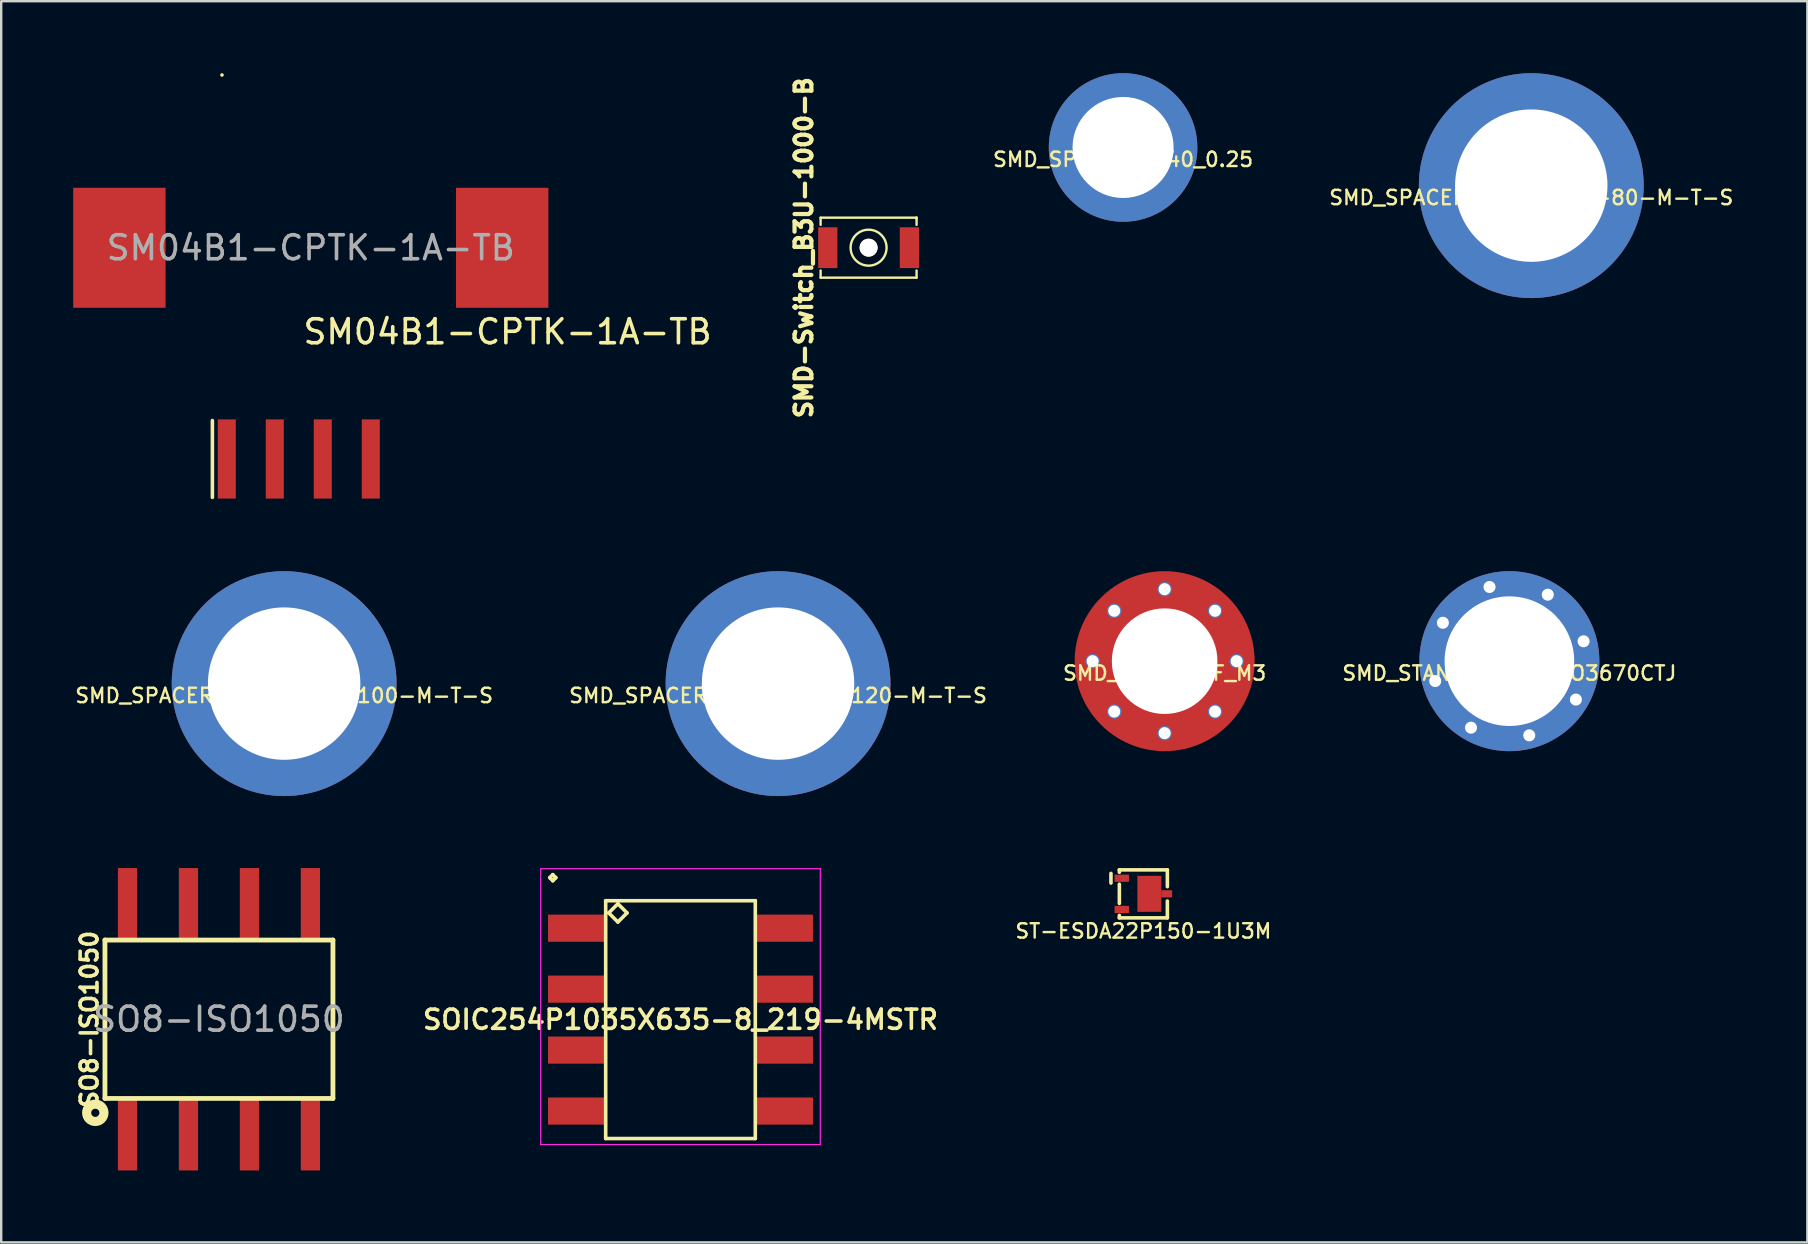
<source format=kicad_pcb>
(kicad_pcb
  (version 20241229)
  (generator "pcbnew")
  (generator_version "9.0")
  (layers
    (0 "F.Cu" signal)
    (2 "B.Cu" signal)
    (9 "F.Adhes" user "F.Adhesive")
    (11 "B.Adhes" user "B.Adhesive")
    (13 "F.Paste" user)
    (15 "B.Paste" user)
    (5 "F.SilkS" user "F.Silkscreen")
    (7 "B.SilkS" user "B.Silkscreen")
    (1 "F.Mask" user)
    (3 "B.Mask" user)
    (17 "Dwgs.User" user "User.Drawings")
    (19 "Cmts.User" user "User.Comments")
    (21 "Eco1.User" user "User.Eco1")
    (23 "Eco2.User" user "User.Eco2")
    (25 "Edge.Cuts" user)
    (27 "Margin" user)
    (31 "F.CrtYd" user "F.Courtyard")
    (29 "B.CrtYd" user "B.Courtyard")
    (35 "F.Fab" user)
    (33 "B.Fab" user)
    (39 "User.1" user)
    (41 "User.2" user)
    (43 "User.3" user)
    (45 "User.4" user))
  (footprint "SMD_STANDOFF_M3"
    (layer "F.Cu")
    (at 45.479 24.5)
    (property "Reference" "SMD_STANDOFF_M3" (at 0 0.5 0) (layer "F.SilkS") (effects (font (size 0.6 0.6) (thickness 0.1))))
    (attr through_hole)
    (fp_circle (center 0 0) (end 0 -3) (stroke (width 1.4) (type solid)) (fill no) (layer "F.Mask"))
    (fp_arc (start -3 0) (mid -2.809907 -1.155662) (end -2.192031 -2.15061) (stroke (width 1.5) (type solid)) (layer "F.Paste"))
    (fp_arc (start 0 -3) (mid 1.186319 -2.764027) (end 2.192031 -2.092031) (stroke (width 1.5) (type solid)) (layer "F.Paste"))
    (fp_arc (start 0 3) (mid -1.14805 2.771639) (end -2.12132 2.12132) (stroke (width 1.5) (type solid)) (layer "F.Paste"))
    (fp_arc (start 3 0) (mid 2.771639 1.14805) (end 2.12132 2.12132) (stroke (width 1.5) (type solid)) (layer "F.Paste"))
    (pad "" np_thru_hole circle (at 0 0) (size 7.5 7.5) (drill 4.4) (layers "F.Cu"))
    (pad "1" thru_hole circle (at -3 0) (size 0.6 0.6) (drill 0.5) (layers "*.Cu"))
    (pad "1" thru_hole circle (at -2.1 -2.1) (size 0.6 0.6) (drill 0.5) (layers "*.Cu"))
    (pad "1" thru_hole circle (at -2.1 2.1) (size 0.6 0.6) (drill 0.5) (layers "*.Cu"))
    (pad "1" thru_hole circle (at 0 -3) (size 0.6 0.6) (drill 0.5) (layers "*.Cu"))
    (pad "1" thru_hole circle (at 0 3) (size 0.6 0.6) (drill 0.5) (layers "*.Cu"))
    (pad "1" thru_hole circle (at 2.1 -2.1) (size 0.6 0.6) (drill 0.5) (layers "*.Cu"))
    (pad "1" thru_hole circle (at 2.1 2.1) (size 0.6 0.6) (drill 0.5) (layers "*.Cu"))
    (pad "1" thru_hole circle (at 3 0) (size 0.6 0.6) (drill 0.5) (layers "*.Cu")))
  (footprint "SMD_SPACER_SMTSO-42-100-M-T-S"
    (layer "F.Cu")
    (at 8.79 25.435)
    (property "Reference" "SMD_SPACER_SMTSO-42-100-M-T-S" (at 0 0.5 0) (layer "F.SilkS") (effects (font (size 0.6 0.6) (thickness 0.1))))
    (attr smd)
    (fp_circle (center -2.402 -0.995) (end -2.196 -0.909) (stroke (width 0.5) (type solid)) (fill no) (layer "F.Paste"))
    (fp_circle (center -2.402 0.995) (end -2.196 1.081) (stroke (width 0.5) (type solid)) (fill no) (layer "F.Paste"))
    (fp_circle (center -0.995 -2.402) (end -0.788 -2.317) (stroke (width 0.5) (type solid)) (fill no) (layer "F.Paste"))
    (fp_circle (center -0.995 2.402) (end -0.788 2.488) (stroke (width 0.5) (type solid)) (fill no) (layer "F.Paste"))
    (fp_circle (center 0.995 -2.402) (end 1.202 -2.317) (stroke (width 0.5) (type solid)) (fill no) (layer "F.Paste"))
    (fp_circle (center 0.995 2.402) (end 1.202 2.488) (stroke (width 0.5) (type solid)) (fill no) (layer "F.Paste"))
    (fp_circle (center 2.402 -0.995) (end 2.609 -0.909) (stroke (width 0.5) (type solid)) (fill no) (layer "F.Paste"))
    (fp_circle (center 2.402 0.995) (end 2.609 1.081) (stroke (width 0.5) (type solid)) (fill no) (layer "F.Paste"))
    (pad "1" thru_hole circle (at 0 0) (size 9.37 9.37) (drill 6.35) (layers "*.Cu" "*.Mask")))
  (footprint "SMD_SPACER_SMTSO-42-80-M-T-S"
    (layer "F.Cu")
    (at 60.756 4.685)
    (property "Reference" "SMD_SPACER_SMTSO-42-80-M-T-S" (at 0 0.5 0) (layer "F.SilkS") (effects (font (size 0.6 0.6) (thickness 0.1))))
    (attr smd)
    (fp_circle (center -2.402 -0.995) (end -2.196 -0.909) (stroke (width 0.5) (type solid)) (fill no) (layer "F.Paste"))
    (fp_circle (center -2.402 0.995) (end -2.196 1.081) (stroke (width 0.5) (type solid)) (fill no) (layer "F.Paste"))
    (fp_circle (center -0.995 -2.402) (end -0.788 -2.317) (stroke (width 0.5) (type solid)) (fill no) (layer "F.Paste"))
    (fp_circle (center -0.995 2.402) (end -0.788 2.488) (stroke (width 0.5) (type solid)) (fill no) (layer "F.Paste"))
    (fp_circle (center 0.995 -2.402) (end 1.202 -2.317) (stroke (width 0.5) (type solid)) (fill no) (layer "F.Paste"))
    (fp_circle (center 0.995 2.402) (end 1.202 2.488) (stroke (width 0.5) (type solid)) (fill no) (layer "F.Paste"))
    (fp_circle (center 2.402 -0.995) (end 2.609 -0.909) (stroke (width 0.5) (type solid)) (fill no) (layer "F.Paste"))
    (fp_circle (center 2.402 0.995) (end 2.609 1.081) (stroke (width 0.5) (type solid)) (fill no) (layer "F.Paste"))
    (pad "1" thru_hole circle (at 0 0) (size 9.37 9.37) (drill 6.35) (layers "*.Cu" "*.Mask")))
  (footprint "SM04B1-CPTK-1A-TB"
    (layer "F.Cu")
    (at 9.9 7.275)
    (property "Reference" "SM04B1-CPTK-1A-TB" (at 8.2 3.5 0) (layer "F.SilkS") (effects (font (size 1 1) (thickness 0.15))))
    (attr through_hole)
    (fp_line (start -4.1 7.2) (end -4.1 10.4) (stroke (width 0.15) (type solid)) (layer "F.SilkS"))
    (fp_line (start -3.7 -7.2) (end -3.7 -7.2) (stroke (width 0.15) (type solid)) (layer "F.SilkS"))
    (fp_text user "${REFERENCE}" (at 0 0 0) (layer "F.Fab") (effects (font (size 1 1) (thickness 0.15))))
    (pad "" smd rect (at -7.975 0) (size 3.85 5) (layers "F.Cu" "F.Mask" "F.Paste"))
    (pad "" smd rect (at 7.975 0) (size 3.85 5) (layers "F.Cu" "F.Mask" "F.Paste"))
    (pad "1" smd rect (at -3.5 8.8) (size 0.75 3.3) (layers "F.Cu" "F.Mask" "F.Paste"))
    (pad "2" smd rect (at -1.5 8.8) (size 0.75 3.3) (layers "F.Cu" "F.Mask" "F.Paste"))
    (pad "3" smd rect (at 0.5 8.8) (size 0.75 3.3) (layers "F.Cu" "F.Mask" "F.Paste"))
    (pad "4" smd rect (at 2.5 8.8) (size 0.75 3.3) (layers "F.Cu" "F.Mask" "F.Paste")))
  (footprint "ST-ESDA22P150-1U3M"
    (layer "F.Cu")
    (at 44.592 34.195)
    (property "Reference" "ST-ESDA22P150-1U3M" (at 0 1.55 0) (layer "F.SilkS") (effects (font (size 0.6 0.6) (thickness 0.1))))
    (attr smd)
    (fp_line (start -1.35 -0.45) (end -1.35 -0.85) (stroke (width 0.15) (type solid)) (layer "F.SilkS"))
    (fp_line (start -1 -1) (end -1 -0.9) (stroke (width 0.15) (type solid)) (layer "F.SilkS"))
    (fp_line (start -1 -1) (end 1 -1) (stroke (width 0.15) (type solid)) (layer "F.SilkS"))
    (fp_line (start -1 0.4) (end -1 -0.4) (stroke (width 0.15) (type solid)) (layer "F.SilkS"))
    (fp_line (start -1 1) (end -1 0.9) (stroke (width 0.15) (type solid)) (layer "F.SilkS"))
    (fp_line (start -1 1) (end 1 1) (stroke (width 0.15) (type solid)) (layer "F.SilkS"))
    (fp_line (start 1 -1) (end 1 -0.3) (stroke (width 0.15) (type solid)) (layer "F.SilkS"))
    (fp_line (start 1 1) (end 1 0.3) (stroke (width 0.15) (type solid)) (layer "F.SilkS"))
    (pad "1" smd rect (at 0.25 0) (size 1 1.5) (layers "F.Cu" "F.Mask" "F.Paste"))
    (pad "1" smd rect (at 0.975 0) (size 0.45 0.3) (layers "F.Cu" "F.Mask" "F.Paste"))
    (pad "2" smd rect (at -0.9 -0.65) (size 0.6 0.3) (layers "F.Cu" "F.Mask" "F.Paste"))
    (pad "2" smd rect (at -0.9 0.65) (size 0.6 0.3) (layers "F.Cu" "F.Mask" "F.Paste")))
  (footprint "SMD_SPACER_4_40_0.25"
    (layer "F.Cu")
    (at 43.747 3.095)
    (property "Reference" "SMD_SPACER_4_40_0.25" (at 0 0.5 0) (layer "F.SilkS") (effects (font (size 0.6 0.6) (thickness 0.1))))
    (attr smd)
    (fp_circle (center -2.402 -0.995) (end -2.196 -0.909) (stroke (width 0.5) (type solid)) (fill no) (layer "F.Paste"))
    (fp_circle (center -2.402 0.995) (end -2.196 1.081) (stroke (width 0.5) (type solid)) (fill no) (layer "F.Paste"))
    (fp_circle (center -0.995 -2.402) (end -0.788 -2.317) (stroke (width 0.5) (type solid)) (fill no) (layer "F.Paste"))
    (fp_circle (center -0.995 2.402) (end -0.788 2.488) (stroke (width 0.5) (type solid)) (fill no) (layer "F.Paste"))
    (fp_circle (center 0.995 -2.402) (end 1.202 -2.317) (stroke (width 0.5) (type solid)) (fill no) (layer "F.Paste"))
    (fp_circle (center 0.995 2.402) (end 1.202 2.488) (stroke (width 0.5) (type solid)) (fill no) (layer "F.Paste"))
    (fp_circle (center 2.402 -0.995) (end 2.609 -0.909) (stroke (width 0.5) (type solid)) (fill no) (layer "F.Paste"))
    (fp_circle (center 2.402 0.995) (end 2.609 1.081) (stroke (width 0.5) (type solid)) (fill no) (layer "F.Paste"))
    (pad "" thru_hole circle (at 0 0) (size 6.19 6.19) (drill 4.21) (layers "*.Cu" "*.Mask")))
  (footprint "SMD-Switch_B3U-1000-B"
    (layer "F.Cu")
    (at 33.143 7.27)
    (property "Reference" "SMD-Switch_B3U-1000-B" (at -2.7 0 90) (layer "F.SilkS") (effects (font (size 0.701 0.701) (thickness 0.175))))
    (attr through_hole)
    (fp_line (start -1.999 -1.25) (end -1.999 -0.95) (stroke (width 0.099) (type solid)) (layer "F.SilkS"))
    (fp_line (start -1.999 -1.25) (end 1.999 -1.25) (stroke (width 0.099) (type solid)) (layer "F.SilkS"))
    (fp_line (start -1.999 1.25) (end -1.999 0.95) (stroke (width 0.099) (type solid)) (layer "F.SilkS"))
    (fp_line (start -1.999 1.25) (end 1.999 1.25) (stroke (width 0.099) (type solid)) (layer "F.SilkS"))
    (fp_line (start 1.999 -1.25) (end 1.999 -0.95) (stroke (width 0.099) (type solid)) (layer "F.SilkS"))
    (fp_line (start 1.999 -1.199) (end 1.999 -1.25) (stroke (width 0.099) (type solid)) (layer "F.SilkS"))
    (fp_line (start 1.999 1.25) (end 1.999 0.95) (stroke (width 0.099) (type solid)) (layer "F.SilkS"))
    (fp_circle (center 0 0) (end 0.749 0) (stroke (width 0.099) (type solid)) (fill no) (layer "F.SilkS"))
    (pad "" np_thru_hole circle (at 0 0) (size 0.749 0.749) (drill 0.749) (layers "*.Cu" "*.Mask" "F.SilkS"))
    (pad "1" smd rect (at -1.7 0) (size 0.8 1.7) (layers "F.Cu" "F.Mask" "F.Paste"))
    (pad "2" smd rect (at 1.7 0) (size 0.8 1.7) (layers "F.Cu" "F.Mask" "F.Paste")))
  (footprint "SOIC254P1035X635-8_219-4MSTR"
    (layer "F.Cu")
    (at 25.305 39.436)
    (property "Reference" "SOIC254P1035X635-8_219-4MSTR" (at 0 0 0) (layer "F.SilkS") (effects (font (size 0.8 0.8) (thickness 0.15))))
    (attr smd)
    (fp_line (start -5.448 -5.914) (end -5.321 -6.041) (stroke (width 0.15) (type solid)) (layer "F.SilkS"))
    (fp_line (start -5.321 -6.041) (end -5.194 -5.914) (stroke (width 0.15) (type solid)) (layer "F.SilkS"))
    (fp_line (start -5.321 -5.787) (end -5.448 -5.914) (stroke (width 0.15) (type solid)) (layer "F.SilkS"))
    (fp_line (start -5.194 -5.914) (end -5.321 -5.787) (stroke (width 0.15) (type solid)) (layer "F.SilkS"))
    (fp_line (start -3.117 -4.955) (end -3.117 4.955) (stroke (width 0.15) (type solid)) (layer "F.SilkS"))
    (fp_line (start -3.117 4.955) (end 3.117 4.955) (stroke (width 0.15) (type solid)) (layer "F.SilkS"))
    (fp_line (start -2.99 -4.447) (end -2.609 -4.828) (stroke (width 0.15) (type solid)) (layer "F.SilkS"))
    (fp_line (start -2.609 -4.828) (end -2.228 -4.447) (stroke (width 0.15) (type solid)) (layer "F.SilkS"))
    (fp_line (start -2.609 -4.066) (end -2.99 -4.447) (stroke (width 0.15) (type solid)) (layer "F.SilkS"))
    (fp_line (start -2.228 -4.447) (end -2.609 -4.066) (stroke (width 0.15) (type solid)) (layer "F.SilkS"))
    (fp_line (start 3.117 -4.955) (end -3.117 -4.955) (stroke (width 0.15) (type solid)) (layer "F.SilkS"))
    (fp_line (start 3.117 4.955) (end 3.117 -4.955) (stroke (width 0.15) (type solid)) (layer "F.SilkS"))
    (fp_line (start -5.825 -6.291) (end 5.825 -6.291) (stroke (width 0.05) (type solid)) (layer "F.CrtYd"))
    (fp_line (start -5.825 5.205) (end -5.825 -6.291) (stroke (width 0.05) (type solid)) (layer "F.CrtYd"))
    (fp_line (start 5.825 -6.291) (end 5.825 5.205) (stroke (width 0.05) (type solid)) (layer "F.CrtYd"))
    (fp_line (start 5.825 5.205) (end -5.825 5.205) (stroke (width 0.05) (type solid)) (layer "F.CrtYd"))
    (pad "1" smd rect (at -4.3 -3.81) (size 2.44 1.13) (layers "F.Cu" "F.Mask" "F.Paste"))
    (pad "2" smd rect (at -4.3 -1.27) (size 2.44 1.13) (layers "F.Cu" "F.Mask" "F.Paste"))
    (pad "3" smd rect (at -4.3 1.27) (size 2.44 1.13) (layers "F.Cu" "F.Mask" "F.Paste"))
    (pad "4" smd rect (at -4.3 3.81) (size 2.44 1.13) (layers "F.Cu" "F.Mask" "F.Paste"))
    (pad "5" smd rect (at 4.3 3.81) (size 2.44 1.13) (layers "F.Cu" "F.Mask" "F.Paste"))
    (pad "6" smd rect (at 4.3 1.27) (size 2.44 1.13) (layers "F.Cu" "F.Mask" "F.Paste"))
    (pad "7" smd rect (at 4.3 -1.27) (size 2.44 1.13) (layers "F.Cu" "F.Mask" "F.Paste"))
    (pad "8" smd rect (at 4.3 -3.81) (size 2.44 1.13) (layers "F.Cu" "F.Mask" "F.Paste")))
  (footprint "SMD_STANDOFF_SMTSO3670CTJ"
    (layer "F.Cu")
    (at 59.844 24.5)
    (property "Reference" "SMD_STANDOFF_SMTSO3670CTJ" (at 0 0.5 0) (layer "F.SilkS") (effects (font (size 0.6 0.6) (thickness 0.1))))
    (attr through_hole)
    (fp_arc (start -3.25 0) (mid -2.814583 -1.625) (end -1.625 -2.814583) (stroke (width 1) (type solid)) (layer "F.Paste"))
    (fp_arc (start 0 -3.25) (mid 1.625 -2.814583) (end 2.814583 -1.625) (stroke (width 1) (type solid)) (layer "F.Paste"))
    (fp_arc (start 0 3.25) (mid -1.625 2.814583) (end -2.814583 1.625) (stroke (width 1) (type solid)) (layer "F.Paste"))
    (fp_arc (start 3.25 0) (mid 2.814583 1.625) (end 1.625 2.814583) (stroke (width 1) (type solid)) (layer "F.Paste"))
    (pad "" thru_hole circle (at 0 0) (size 7.5 7.5) (drill 5.4) (layers "*.Cu" "*.Mask"))
    (pad "1" thru_hole circle (at -3.091 0.828 15) (size 0.6 0.6) (drill 0.5) (layers "*.Cu"))
    (pad "1" thru_hole circle (at -2.771 -1.6 330) (size 0.6 0.6) (drill 0.5) (layers "*.Cu"))
    (pad "1" thru_hole circle (at -1.6 2.771 60) (size 0.6 0.6) (drill 0.5) (layers "*.Cu"))
    (pad "1" thru_hole circle (at -0.828 -3.091 285) (size 0.6 0.6) (drill 0.5) (layers "*.Cu"))
    (pad "1" thru_hole circle (at 0.828 3.091 105) (size 0.6 0.6) (drill 0.5) (layers "*.Cu"))
    (pad "1" thru_hole circle (at 1.6 -2.771 240) (size 0.6 0.6) (drill 0.5) (layers "*.Cu"))
    (pad "1" thru_hole circle (at 2.771 1.6 150) (size 0.6 0.6) (drill 0.5) (layers "*.Cu"))
    (pad "1" thru_hole circle (at 3.091 -0.828 195) (size 0.6 0.6) (drill 0.5) (layers "*.Cu")))
  (footprint "SMD_SPACER_SMTSO-42-120-M-T-S"
    (layer "F.Cu")
    (at 29.37 25.435)
    (property "Reference" "SMD_SPACER_SMTSO-42-120-M-T-S" (at 0 0.5 0) (layer "F.SilkS") (effects (font (size 0.6 0.6) (thickness 0.1))))
    (attr smd)
    (fp_circle (center -2.402 -0.995) (end -2.196 -0.909) (stroke (width 0.5) (type solid)) (fill no) (layer "F.Paste"))
    (fp_circle (center -2.402 0.995) (end -2.196 1.081) (stroke (width 0.5) (type solid)) (fill no) (layer "F.Paste"))
    (fp_circle (center -0.995 -2.402) (end -0.788 -2.317) (stroke (width 0.5) (type solid)) (fill no) (layer "F.Paste"))
    (fp_circle (center -0.995 2.402) (end -0.788 2.488) (stroke (width 0.5) (type solid)) (fill no) (layer "F.Paste"))
    (fp_circle (center 0.995 -2.402) (end 1.202 -2.317) (stroke (width 0.5) (type solid)) (fill no) (layer "F.Paste"))
    (fp_circle (center 0.995 2.402) (end 1.202 2.488) (stroke (width 0.5) (type solid)) (fill no) (layer "F.Paste"))
    (fp_circle (center 2.402 -0.995) (end 2.609 -0.909) (stroke (width 0.5) (type solid)) (fill no) (layer "F.Paste"))
    (fp_circle (center 2.402 0.995) (end 2.609 1.081) (stroke (width 0.5) (type solid)) (fill no) (layer "F.Paste"))
    (pad "1" thru_hole circle (at 0 0) (size 9.37 9.37) (drill 6.35) (layers "*.Cu" "*.Mask")))
  (footprint "SO8-ISO1050"
    (layer "F.Cu")
    (at 6.073 39.42)
    (property "Reference" "SO8-ISO1050" (at -5.4 0 90) (layer "F.SilkS") (effects (font (size 0.7 0.7) (thickness 0.15))))
    (attr smd)
    (fp_line (start -4.75 -3.3) (end 4.75 -3.3) (stroke (width 0.2) (type solid)) (layer "F.SilkS"))
    (fp_line (start -4.75 3.3) (end -4.75 -3.3) (stroke (width 0.2) (type solid)) (layer "F.SilkS"))
    (fp_line (start 4.75 -3.3) (end 4.75 3.3) (stroke (width 0.2) (type solid)) (layer "F.SilkS"))
    (fp_line (start 4.75 3.3) (end -4.75 3.3) (stroke (width 0.2) (type solid)) (layer "F.SilkS"))
    (fp_circle (center -5.152 3.899) (end -4.951 4.199) (stroke (width 0.381) (type solid)) (fill no) (layer "F.SilkS"))
    (fp_text user "${REFERENCE}" (at 0 0 0) (layer "F.Fab") (effects (font (size 1 1) (thickness 0.15))))
    (pad "1" smd rect (at -3.81 4.8) (size 0.8 3) (layers "F.Cu" "F.Mask" "F.Paste"))
    (pad "2" smd rect (at -1.27 4.8) (size 0.8 3) (layers "F.Cu" "F.Mask" "F.Paste"))
    (pad "3" smd rect (at 1.27 4.8) (size 0.8 3) (layers "F.Cu" "F.Mask" "F.Paste"))
    (pad "4" smd rect (at 3.81 4.8) (size 0.8 3) (layers "F.Cu" "F.Mask" "F.Paste"))
    (pad "5" smd rect (at 3.81 -4.8) (size 0.8 3) (layers "F.Cu" "F.Mask" "F.Paste"))
    (pad "6" smd rect (at 1.27 -4.8) (size 0.8 3) (layers "F.Cu" "F.Mask" "F.Paste"))
    (pad "7" smd rect (at -1.27 -4.8) (size 0.8 3) (layers "F.Cu" "F.Mask" "F.Paste"))
    (pad "8" smd rect (at -3.81 -4.8) (size 0.8 3) (layers "F.Cu" "F.Mask" "F.Paste")))
  (gr_rect
    (start -3 -3)
    (end 72.26 48.72)
    (stroke (width 0.1) (type default))
    (fill no)
    (layer "Edge.Cuts")))
</source>
